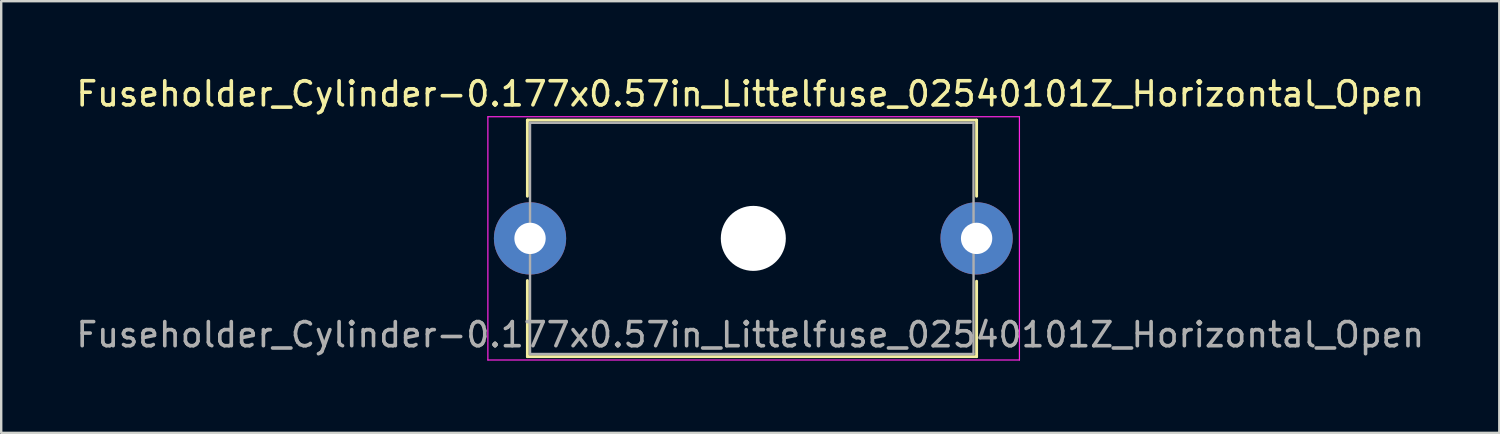
<source format=kicad_pcb>
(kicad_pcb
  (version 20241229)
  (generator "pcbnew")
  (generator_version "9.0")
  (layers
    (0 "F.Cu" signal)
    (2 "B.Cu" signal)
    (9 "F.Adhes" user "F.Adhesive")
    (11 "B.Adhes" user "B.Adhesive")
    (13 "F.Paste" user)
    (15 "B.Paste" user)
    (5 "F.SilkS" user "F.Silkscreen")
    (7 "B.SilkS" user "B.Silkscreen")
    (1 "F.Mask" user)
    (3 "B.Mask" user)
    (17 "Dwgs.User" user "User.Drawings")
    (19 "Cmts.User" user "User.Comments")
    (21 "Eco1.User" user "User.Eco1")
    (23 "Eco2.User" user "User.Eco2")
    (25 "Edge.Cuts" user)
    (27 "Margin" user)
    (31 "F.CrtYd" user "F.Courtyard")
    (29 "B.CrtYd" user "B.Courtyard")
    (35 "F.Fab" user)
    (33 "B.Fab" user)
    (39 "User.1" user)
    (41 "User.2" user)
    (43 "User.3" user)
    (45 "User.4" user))
  (footprint "Fuseholder_Cylinder-0.177x0.57in_Littelfuse_02540101Z_Horizontal_Open"
    (layer "F.Cu")
    (at 18.957 6.848)
    (property "Reference" "Fuseholder_Cylinder-0.177x0.57in_Littelfuse_02540101Z_Horizontal_Open" (at 9.144 -6 0) (layer "F.SilkS") (effects (font (size 1 1) (thickness 0.15))))
    (attr through_hole)
    (fp_line (start -0.11 -4.91) (end 18.542 -4.91) (stroke (width 0.12) (type solid)) (layer "F.SilkS"))
    (fp_line (start -0.11 -1.75) (end -0.11 -4.91) (stroke (width 0.12) (type solid)) (layer "F.SilkS"))
    (fp_line (start -0.11 4.91) (end -0.11 1.75) (stroke (width 0.12) (type solid)) (layer "F.SilkS"))
    (fp_line (start -0.11 4.91) (end 18.542 4.91) (stroke (width 0.12) (type solid)) (layer "F.SilkS"))
    (fp_line (start 18.542 -1.75) (end 18.542 -4.91) (stroke (width 0.12) (type solid)) (layer "F.SilkS"))
    (fp_line (start 18.542 4.91) (end 18.542 1.778) (stroke (width 0.12) (type solid)) (layer "F.SilkS"))
    (fp_line (start -1.75 -5.05) (end 20.32 -5.05) (stroke (width 0.05) (type solid)) (layer "F.CrtYd"))
    (fp_line (start -1.75 5.05) (end -1.75 -5.05) (stroke (width 0.05) (type solid)) (layer "F.CrtYd"))
    (fp_line (start 20.32 -5.05) (end 20.32 5.05) (stroke (width 0.05) (type solid)) (layer "F.CrtYd"))
    (fp_line (start 20.32 5.05) (end -1.75 5.05) (stroke (width 0.05) (type solid)) (layer "F.CrtYd"))
    (fp_line (start 0 -4.8) (end 0 4.8) (stroke (width 0.1) (type solid)) (layer "F.Fab"))
    (fp_line (start 0 4.8) (end 18.415 4.8) (stroke (width 0.1) (type solid)) (layer "F.Fab"))
    (fp_line (start 18.415 -4.8) (end 0 -4.8) (stroke (width 0.1) (type solid)) (layer "F.Fab"))
    (fp_line (start 18.415 4.8) (end 18.415 -4.8) (stroke (width 0.1) (type solid)) (layer "F.Fab"))
    (fp_text user "${REFERENCE}" (at 9.144 4 0) (layer "F.Fab") (effects (font (size 1 1) (thickness 0.15))))
    (pad "" np_thru_hole circle (at 9.271 0) (size 2.7 2.7) (drill 2.7) (layers "*.Cu" "*.Mask"))
    (pad "1" thru_hole circle (at 0 0) (size 3 3) (drill 1.3) (layers "*.Cu" "*.Mask"))
    (pad "2" thru_hole circle (at 18.542 0) (size 3 3) (drill 1.3) (layers "*.Cu" "*.Mask")))
  (gr_rect
    (start -3 -3)
    (end 59.202 14.923)
    (stroke (width 0.1) (type default))
    (fill no)
    (layer "Edge.Cuts")))
</source>
